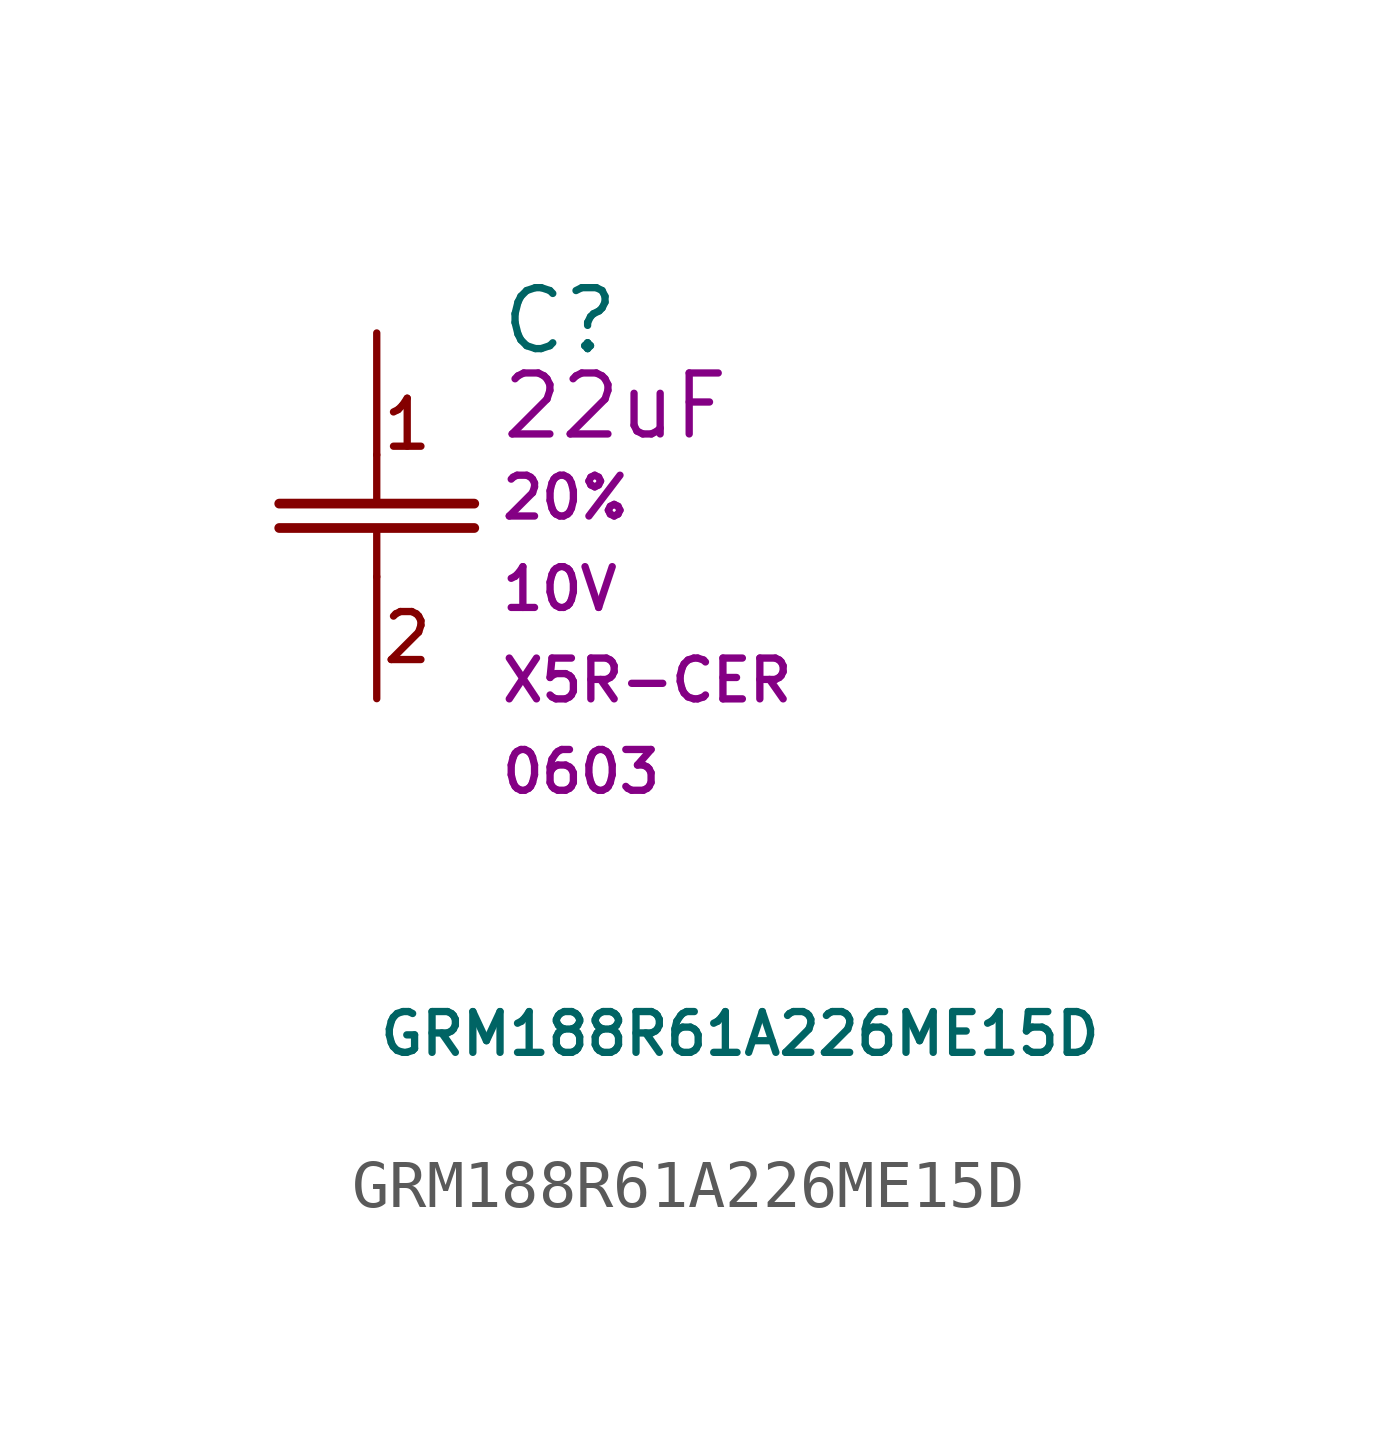
<source format=kicad_sym>
(kicad_symbol_lib
  (version 20211014)
  (generator kicad_symbol_editor)
  (symbol "GRM188R61A226ME15D"
    (pin_numbers hide)
    (pin_names
      (offset 1.651) hide)
    (property "Reference" "C"
      (at 2.54 0.254 0)
      (effects (font (size 1.27 1.27)) (justify left)))
    (property "Value" "GRM188R61A226ME15D"
      (at 0 -14.605 0)
      (effects (font (size 0.85 0.85)) (justify left)))
    (property "Capacitance" "22uF"
      (at 2.54 -1.524 0)
      (effects (font (size 1.27 1.27)) (justify left)))
    (property "Tolerance" "20%"
      (at 2.54 -3.429 0)
      (effects (font (size 0.85 0.85)) (justify left)))
    (property "Rated Voltage" "10V"
      (at 2.54 -5.334 0)
      (effects (font (size 0.85 0.85)) (justify left)))
    (property "Code" "X5R-CER"
      (at 2.54 -7.239 0)
      (effects (font (size 0.85 0.85)) (justify left)))
    (property "Size" "0603"
      (at 2.54 -9.144 0)
      (effects (font (size 0.85 0.85)) (justify left)))
    (symbol "GRM188R61A226ME15D_0_0"
      (polyline (pts (xy 0 -5.08) (xy 0 -4.064)) (stroke (width 0) (type default) (color 0 0 0 0)) (fill (type none)))
      (polyline (pts (xy 0 -3.556) (xy 0 -2.54)) (stroke (width 0) (type default) (color 0 0 0 0)) (fill (type none)))
      (text "1" (at 0.635 -1.905 0) (effects (font (size 1 1))))
      (text "2" (at 0.635 -6.35 0) (effects (font (size 1 1)))))
    (symbol "GRM188R61A226ME15D_1_1"
      (polyline (pts (xy -2.032 -4.064) (xy 2.032 -4.064)) (stroke (width 0.203) (type default) (color 0 0 0 0)) (fill (type none)))
      (polyline (pts (xy -2.032 -3.556) (xy 2.032 -3.556)) (stroke (width 0.203) (type default) (color 0 0 0 0)) (fill (type none)))
      (pin passive line (at 0 0 270) (length 2.54) (name "1" (effects (font (size 1.27 1.27)))) (number "1" (effects (font (size 1.27 1.27)))))
      (pin passive line (at 0 -7.62 90) (length 2.54) (name "2" (effects (font (size 1.27 1.27)))) (number "2" (effects (font (size 1.27 1.27))))))))
</source>
